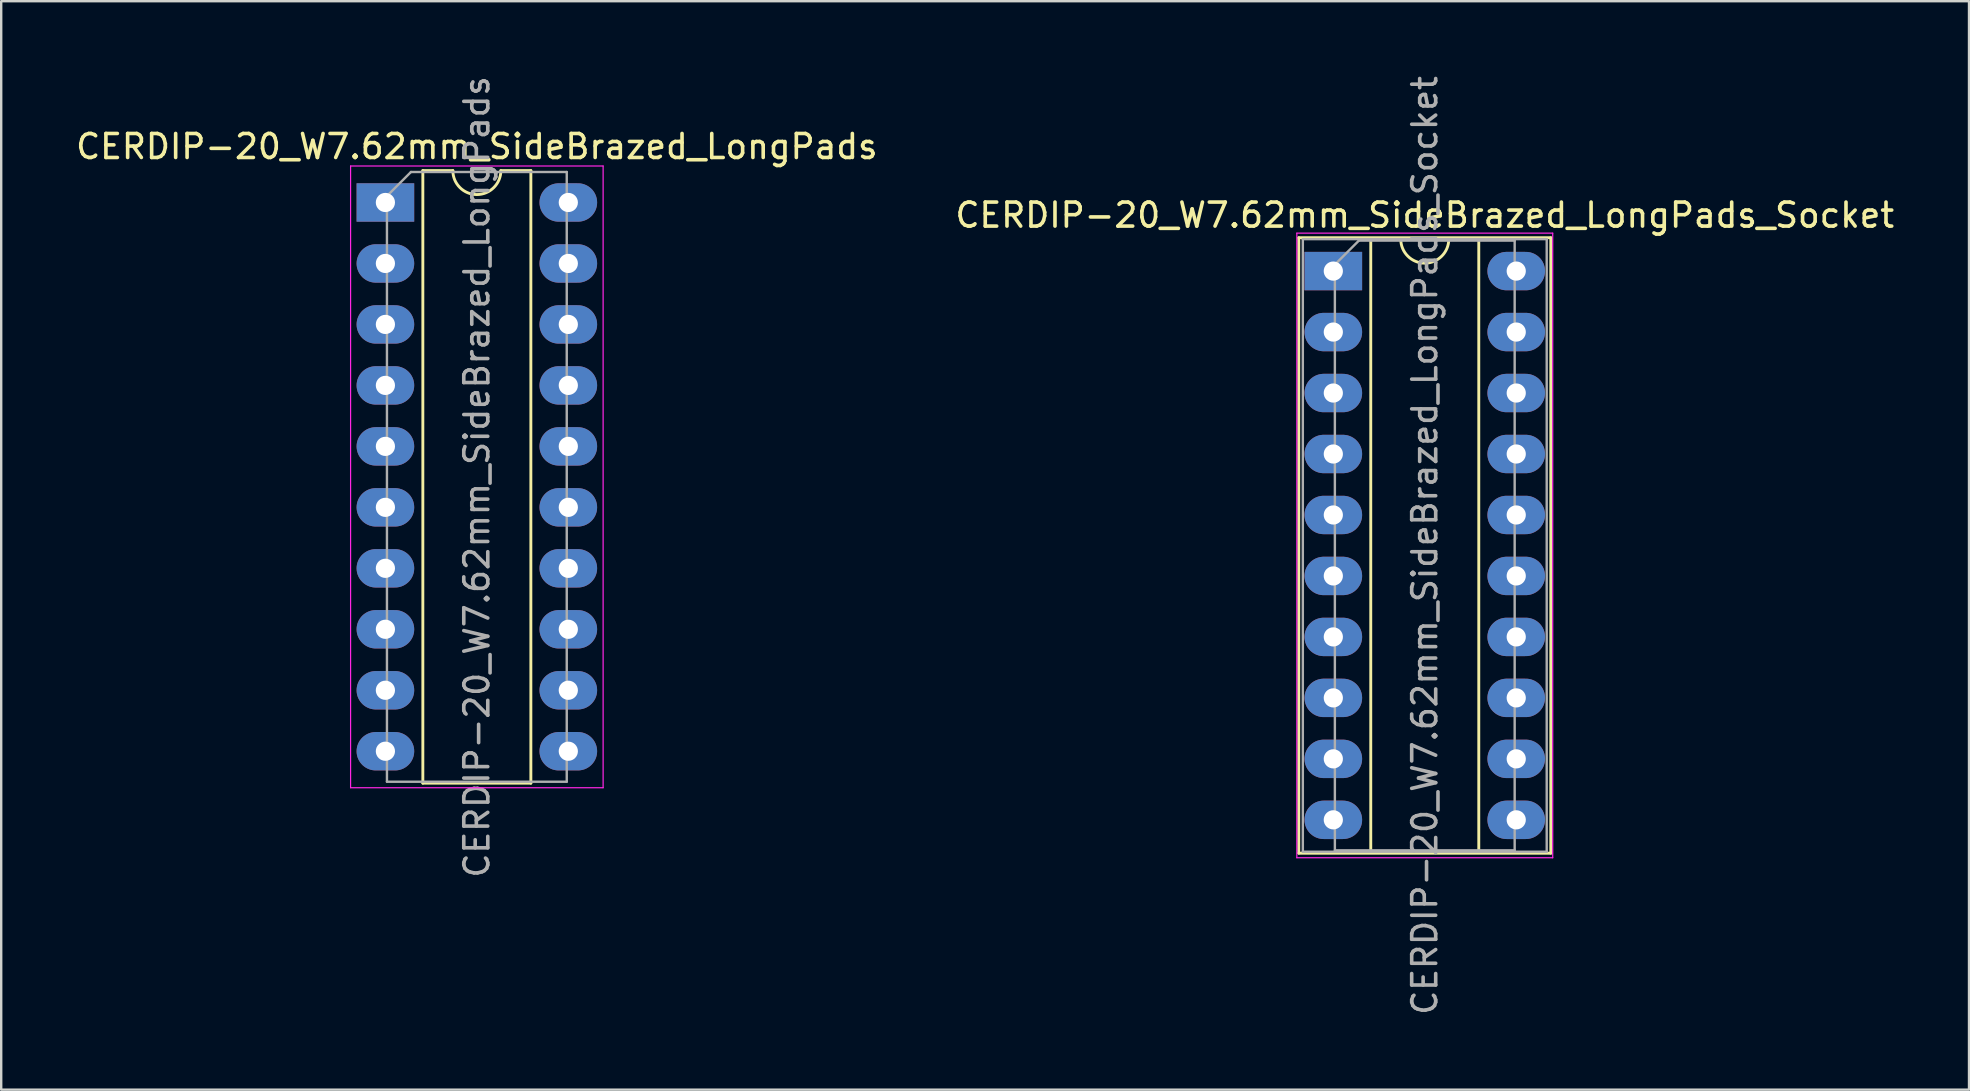
<source format=kicad_pcb>
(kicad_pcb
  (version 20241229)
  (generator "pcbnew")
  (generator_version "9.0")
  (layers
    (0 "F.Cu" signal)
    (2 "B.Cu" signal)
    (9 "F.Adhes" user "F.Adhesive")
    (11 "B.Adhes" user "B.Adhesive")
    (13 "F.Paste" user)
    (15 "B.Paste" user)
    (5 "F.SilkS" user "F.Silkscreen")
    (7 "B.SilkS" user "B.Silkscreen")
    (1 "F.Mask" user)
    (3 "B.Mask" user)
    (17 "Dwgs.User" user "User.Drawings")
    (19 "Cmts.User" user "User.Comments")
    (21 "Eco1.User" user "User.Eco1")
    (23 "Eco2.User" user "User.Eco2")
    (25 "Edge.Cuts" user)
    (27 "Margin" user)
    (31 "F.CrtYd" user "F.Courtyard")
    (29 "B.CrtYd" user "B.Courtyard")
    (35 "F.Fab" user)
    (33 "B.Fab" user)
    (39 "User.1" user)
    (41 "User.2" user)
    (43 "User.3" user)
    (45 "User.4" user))
  (footprint "CERDIP-20_W7.62mm_SideBrazed_LongPads_Socket"
    (layer "F.Cu")
    (at 52.494 8.243)
    (property "Reference" "CERDIP-20_W7.62mm_SideBrazed_LongPads_Socket" (at 3.81 -2.33 0) (layer "F.SilkS") (effects (font (size 1 1) (thickness 0.15))))
    (attr through_hole)
    (fp_line (start -1.44 -1.39) (end -1.44 24.25) (stroke (width 0.12) (type solid)) (layer "F.SilkS"))
    (fp_line (start -1.44 24.25) (end 9.06 24.25) (stroke (width 0.12) (type solid)) (layer "F.SilkS"))
    (fp_line (start 1.56 -1.33) (end 1.56 24.19) (stroke (width 0.12) (type solid)) (layer "F.SilkS"))
    (fp_line (start 1.56 24.19) (end 6.06 24.19) (stroke (width 0.12) (type solid)) (layer "F.SilkS"))
    (fp_line (start 2.81 -1.33) (end 1.56 -1.33) (stroke (width 0.12) (type solid)) (layer "F.SilkS"))
    (fp_line (start 6.06 -1.33) (end 4.81 -1.33) (stroke (width 0.12) (type solid)) (layer "F.SilkS"))
    (fp_line (start 6.06 24.19) (end 6.06 -1.33) (stroke (width 0.12) (type solid)) (layer "F.SilkS"))
    (fp_line (start 9.06 -1.39) (end -1.44 -1.39) (stroke (width 0.12) (type solid)) (layer "F.SilkS"))
    (fp_line (start 9.06 24.25) (end 9.06 -1.39) (stroke (width 0.12) (type solid)) (layer "F.SilkS"))
    (fp_arc (start 4.81 -1.33) (mid 3.81 -0.33) (end 2.81 -1.33) (stroke (width 0.12) (type solid)) (layer "F.SilkS"))
    (fp_line (start -1.52 -1.58) (end -1.52 24.44) (stroke (width 0.05) (type solid)) (layer "F.CrtYd"))
    (fp_line (start -1.52 24.44) (end 9.14 24.44) (stroke (width 0.05) (type solid)) (layer "F.CrtYd"))
    (fp_line (start 9.14 -1.58) (end -1.52 -1.58) (stroke (width 0.05) (type solid)) (layer "F.CrtYd"))
    (fp_line (start 9.14 24.44) (end 9.14 -1.58) (stroke (width 0.05) (type solid)) (layer "F.CrtYd"))
    (fp_line (start -1.27 -1.33) (end -1.27 24.19) (stroke (width 0.1) (type solid)) (layer "F.Fab"))
    (fp_line (start -1.27 24.19) (end 8.89 24.19) (stroke (width 0.1) (type solid)) (layer "F.Fab"))
    (fp_line (start 0.065 -0.27) (end 1.065 -1.27) (stroke (width 0.1) (type solid)) (layer "F.Fab"))
    (fp_line (start 0.065 24.13) (end 0.065 -0.27) (stroke (width 0.1) (type solid)) (layer "F.Fab"))
    (fp_line (start 1.065 -1.27) (end 7.555 -1.27) (stroke (width 0.1) (type solid)) (layer "F.Fab"))
    (fp_line (start 7.555 -1.27) (end 7.555 24.13) (stroke (width 0.1) (type solid)) (layer "F.Fab"))
    (fp_line (start 7.555 24.13) (end 0.065 24.13) (stroke (width 0.1) (type solid)) (layer "F.Fab"))
    (fp_line (start 8.89 -1.33) (end -1.27 -1.33) (stroke (width 0.1) (type solid)) (layer "F.Fab"))
    (fp_line (start 8.89 24.19) (end 8.89 -1.33) (stroke (width 0.1) (type solid)) (layer "F.Fab"))
    (fp_text user "${REFERENCE}" (at 3.81 11.43 90) (layer "F.Fab") (effects (font (size 1 1) (thickness 0.15))))
    (pad "1" thru_hole rect (at 0 0) (size 2.4 1.6) (drill 0.8) (layers "*.Cu" "*.Mask"))
    (pad "2" thru_hole oval (at 0 2.54) (size 2.4 1.6) (drill 0.8) (layers "*.Cu" "*.Mask"))
    (pad "3" thru_hole oval (at 0 5.08) (size 2.4 1.6) (drill 0.8) (layers "*.Cu" "*.Mask"))
    (pad "4" thru_hole oval (at 0 7.62) (size 2.4 1.6) (drill 0.8) (layers "*.Cu" "*.Mask"))
    (pad "5" thru_hole oval (at 0 10.16) (size 2.4 1.6) (drill 0.8) (layers "*.Cu" "*.Mask"))
    (pad "6" thru_hole oval (at 0 12.7) (size 2.4 1.6) (drill 0.8) (layers "*.Cu" "*.Mask"))
    (pad "7" thru_hole oval (at 0 15.24) (size 2.4 1.6) (drill 0.8) (layers "*.Cu" "*.Mask"))
    (pad "8" thru_hole oval (at 0 17.78) (size 2.4 1.6) (drill 0.8) (layers "*.Cu" "*.Mask"))
    (pad "9" thru_hole oval (at 0 20.32) (size 2.4 1.6) (drill 0.8) (layers "*.Cu" "*.Mask"))
    (pad "10" thru_hole oval (at 0 22.86) (size 2.4 1.6) (drill 0.8) (layers "*.Cu" "*.Mask"))
    (pad "11" thru_hole oval (at 7.62 22.86) (size 2.4 1.6) (drill 0.8) (layers "*.Cu" "*.Mask"))
    (pad "12" thru_hole oval (at 7.62 20.32) (size 2.4 1.6) (drill 0.8) (layers "*.Cu" "*.Mask"))
    (pad "13" thru_hole oval (at 7.62 17.78) (size 2.4 1.6) (drill 0.8) (layers "*.Cu" "*.Mask"))
    (pad "14" thru_hole oval (at 7.62 15.24) (size 2.4 1.6) (drill 0.8) (layers "*.Cu" "*.Mask"))
    (pad "15" thru_hole oval (at 7.62 12.7) (size 2.4 1.6) (drill 0.8) (layers "*.Cu" "*.Mask"))
    (pad "16" thru_hole oval (at 7.62 10.16) (size 2.4 1.6) (drill 0.8) (layers "*.Cu" "*.Mask"))
    (pad "17" thru_hole oval (at 7.62 7.62) (size 2.4 1.6) (drill 0.8) (layers "*.Cu" "*.Mask"))
    (pad "18" thru_hole oval (at 7.62 5.08) (size 2.4 1.6) (drill 0.8) (layers "*.Cu" "*.Mask"))
    (pad "19" thru_hole oval (at 7.62 2.54) (size 2.4 1.6) (drill 0.8) (layers "*.Cu" "*.Mask"))
    (pad "20" thru_hole oval (at 7.62 0) (size 2.4 1.6) (drill 0.8) (layers "*.Cu" "*.Mask")))
  (footprint "CERDIP-20_W7.62mm_SideBrazed_LongPads"
    (layer "F.Cu")
    (at 13.005 5.385)
    (property "Reference" "CERDIP-20_W7.62mm_SideBrazed_LongPads" (at 3.81 -2.33 0) (layer "F.SilkS") (effects (font (size 1 1) (thickness 0.15))))
    (attr through_hole)
    (fp_line (start 1.56 -1.33) (end 1.56 24.19) (stroke (width 0.12) (type solid)) (layer "F.SilkS"))
    (fp_line (start 1.56 24.19) (end 6.06 24.19) (stroke (width 0.12) (type solid)) (layer "F.SilkS"))
    (fp_line (start 2.81 -1.33) (end 1.56 -1.33) (stroke (width 0.12) (type solid)) (layer "F.SilkS"))
    (fp_line (start 6.06 -1.33) (end 4.81 -1.33) (stroke (width 0.12) (type solid)) (layer "F.SilkS"))
    (fp_line (start 6.06 24.19) (end 6.06 -1.33) (stroke (width 0.12) (type solid)) (layer "F.SilkS"))
    (fp_arc (start 4.81 -1.33) (mid 3.81 -0.33) (end 2.81 -1.33) (stroke (width 0.12) (type solid)) (layer "F.SilkS"))
    (fp_line (start -1.45 -1.52) (end -1.45 24.38) (stroke (width 0.05) (type solid)) (layer "F.CrtYd"))
    (fp_line (start -1.45 24.38) (end 9.07 24.38) (stroke (width 0.05) (type solid)) (layer "F.CrtYd"))
    (fp_line (start 9.07 -1.52) (end -1.45 -1.52) (stroke (width 0.05) (type solid)) (layer "F.CrtYd"))
    (fp_line (start 9.07 24.38) (end 9.07 -1.52) (stroke (width 0.05) (type solid)) (layer "F.CrtYd"))
    (fp_line (start 0.065 -0.27) (end 1.065 -1.27) (stroke (width 0.1) (type solid)) (layer "F.Fab"))
    (fp_line (start 0.065 24.13) (end 0.065 -0.27) (stroke (width 0.1) (type solid)) (layer "F.Fab"))
    (fp_line (start 1.065 -1.27) (end 7.555 -1.27) (stroke (width 0.1) (type solid)) (layer "F.Fab"))
    (fp_line (start 7.555 -1.27) (end 7.555 24.13) (stroke (width 0.1) (type solid)) (layer "F.Fab"))
    (fp_line (start 7.555 24.13) (end 0.065 24.13) (stroke (width 0.1) (type solid)) (layer "F.Fab"))
    (fp_text user "${REFERENCE}" (at 3.81 11.43 90) (layer "F.Fab") (effects (font (size 1 1) (thickness 0.15))))
    (pad "1" thru_hole rect (at 0 0) (size 2.4 1.6) (drill 0.8) (layers "*.Cu" "*.Mask"))
    (pad "2" thru_hole oval (at 0 2.54) (size 2.4 1.6) (drill 0.8) (layers "*.Cu" "*.Mask"))
    (pad "3" thru_hole oval (at 0 5.08) (size 2.4 1.6) (drill 0.8) (layers "*.Cu" "*.Mask"))
    (pad "4" thru_hole oval (at 0 7.62) (size 2.4 1.6) (drill 0.8) (layers "*.Cu" "*.Mask"))
    (pad "5" thru_hole oval (at 0 10.16) (size 2.4 1.6) (drill 0.8) (layers "*.Cu" "*.Mask"))
    (pad "6" thru_hole oval (at 0 12.7) (size 2.4 1.6) (drill 0.8) (layers "*.Cu" "*.Mask"))
    (pad "7" thru_hole oval (at 0 15.24) (size 2.4 1.6) (drill 0.8) (layers "*.Cu" "*.Mask"))
    (pad "8" thru_hole oval (at 0 17.78) (size 2.4 1.6) (drill 0.8) (layers "*.Cu" "*.Mask"))
    (pad "9" thru_hole oval (at 0 20.32) (size 2.4 1.6) (drill 0.8) (layers "*.Cu" "*.Mask"))
    (pad "10" thru_hole oval (at 0 22.86) (size 2.4 1.6) (drill 0.8) (layers "*.Cu" "*.Mask"))
    (pad "11" thru_hole oval (at 7.62 22.86) (size 2.4 1.6) (drill 0.8) (layers "*.Cu" "*.Mask"))
    (pad "12" thru_hole oval (at 7.62 20.32) (size 2.4 1.6) (drill 0.8) (layers "*.Cu" "*.Mask"))
    (pad "13" thru_hole oval (at 7.62 17.78) (size 2.4 1.6) (drill 0.8) (layers "*.Cu" "*.Mask"))
    (pad "14" thru_hole oval (at 7.62 15.24) (size 2.4 1.6) (drill 0.8) (layers "*.Cu" "*.Mask"))
    (pad "15" thru_hole oval (at 7.62 12.7) (size 2.4 1.6) (drill 0.8) (layers "*.Cu" "*.Mask"))
    (pad "16" thru_hole oval (at 7.62 10.16) (size 2.4 1.6) (drill 0.8) (layers "*.Cu" "*.Mask"))
    (pad "17" thru_hole oval (at 7.62 7.62) (size 2.4 1.6) (drill 0.8) (layers "*.Cu" "*.Mask"))
    (pad "18" thru_hole oval (at 7.62 5.08) (size 2.4 1.6) (drill 0.8) (layers "*.Cu" "*.Mask"))
    (pad "19" thru_hole oval (at 7.62 2.54) (size 2.4 1.6) (drill 0.8) (layers "*.Cu" "*.Mask"))
    (pad "20" thru_hole oval (at 7.62 0) (size 2.4 1.6) (drill 0.8) (layers "*.Cu" "*.Mask")))
  (gr_rect
    (start -3 -3)
    (end 78.976 42.345)
    (stroke (width 0.1) (type default))
    (fill no)
    (layer "Edge.Cuts")))
</source>
